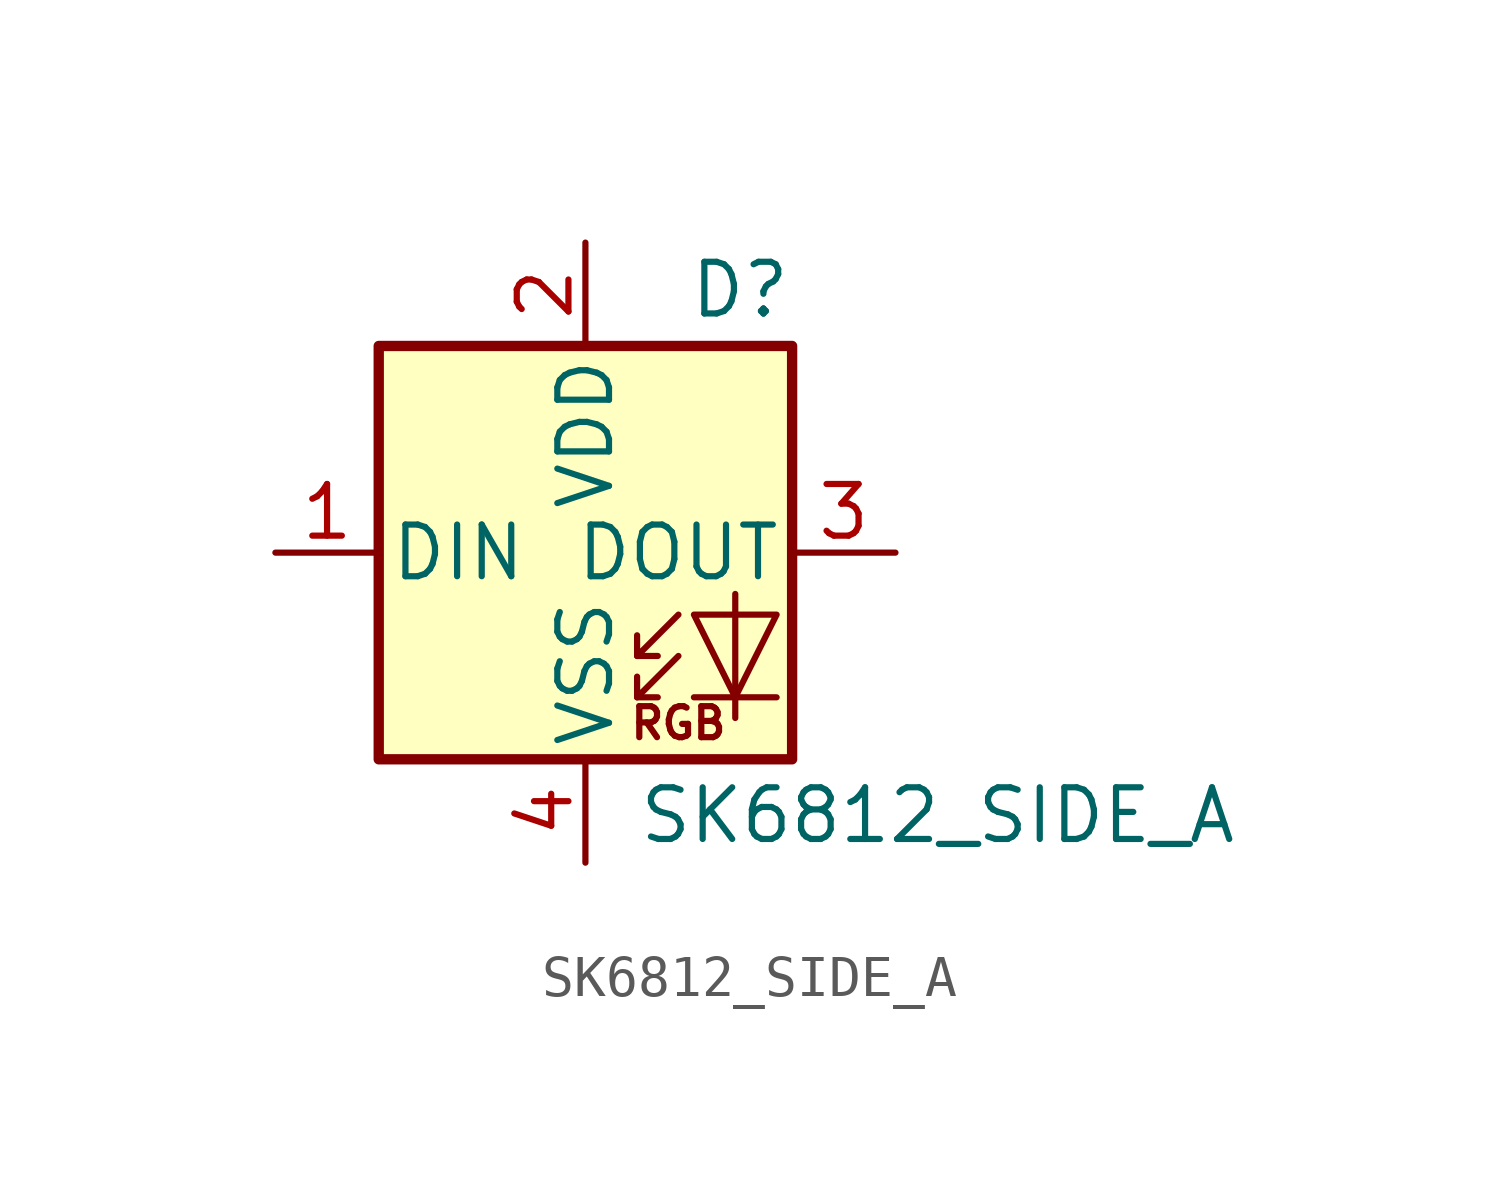
<source format=kicad_sym>
(kicad_symbol_lib
  (version 20211014)
  (generator kicad_symbol_editor)
  (symbol "SK6812_SIDE_A"
    (pin_names
      (offset 0.254))
    (property "Reference" "D"
      (at 5.08 5.715 0)
      (effects (font (size 1.27 1.27)) (justify right bottom)))
    (property "Value" "SK6812_SIDE_A"
      (at 1.27 -5.715 0)
      (effects (font (size 1.27 1.27)) (justify left top)))
    (symbol "SK6812_SIDE_A_0_0"
      (text "RGB" (at 2.286 -4.191 0) (effects (font (size 0.762 0.762)))))
    (symbol "SK6812_SIDE_A_0_1"
      (polyline (pts (xy 1.27 -3.556) (xy 1.778 -3.556)) (stroke (width 0) (type default) (color 0 0 0 0)) (fill (type none)))
      (polyline (pts (xy 1.27 -2.54) (xy 1.778 -2.54)) (stroke (width 0) (type default) (color 0 0 0 0)) (fill (type none)))
      (polyline (pts (xy 4.699 -3.556) (xy 2.667 -3.556)) (stroke (width 0) (type default) (color 0 0 0 0)) (fill (type none)))
      (polyline (pts (xy 2.286 -2.54) (xy 1.27 -3.556) (xy 1.27 -3.048)) (stroke (width 0) (type default) (color 0 0 0 0)) (fill (type none)))
      (polyline (pts (xy 2.286 -1.524) (xy 1.27 -2.54) (xy 1.27 -2.032)) (stroke (width 0) (type default) (color 0 0 0 0)) (fill (type none)))
      (polyline (pts (xy 3.683 -1.016) (xy 3.683 -3.556) (xy 3.683 -4.064)) (stroke (width 0) (type default) (color 0 0 0 0)) (fill (type none)))
      (polyline (pts (xy 4.699 -1.524) (xy 2.667 -1.524) (xy 3.683 -3.556) (xy 4.699 -1.524)) (stroke (width 0) (type default) (color 0 0 0 0)) (fill (type none)))
      (rectangle (start 5.08 5.08) (end -5.08 -5.08) (stroke (width 0.254) (type default) (color 0 0 0 0)) (fill (type background))))
    (symbol "SK6812_SIDE_A_1_1"
      (pin input line (at -7.62 0 0) (length 2.54) (name "DIN" (effects (font (size 1.27 1.27)))) (number "1" (effects (font (size 1.27 1.27)))))
      (pin power_in line (at 0 7.62 270) (length 2.54) (name "VDD" (effects (font (size 1.27 1.27)))) (number "2" (effects (font (size 1.27 1.27)))))
      (pin output line (at 7.62 0 180) (length 2.54) (name "DOUT" (effects (font (size 1.27 1.27)))) (number "3" (effects (font (size 1.27 1.27)))))
      (pin power_in line (at 0 -7.62 90) (length 2.54) (name "VSS" (effects (font (size 1.27 1.27)))) (number "4" (effects (font (size 1.27 1.27))))))))
</source>
